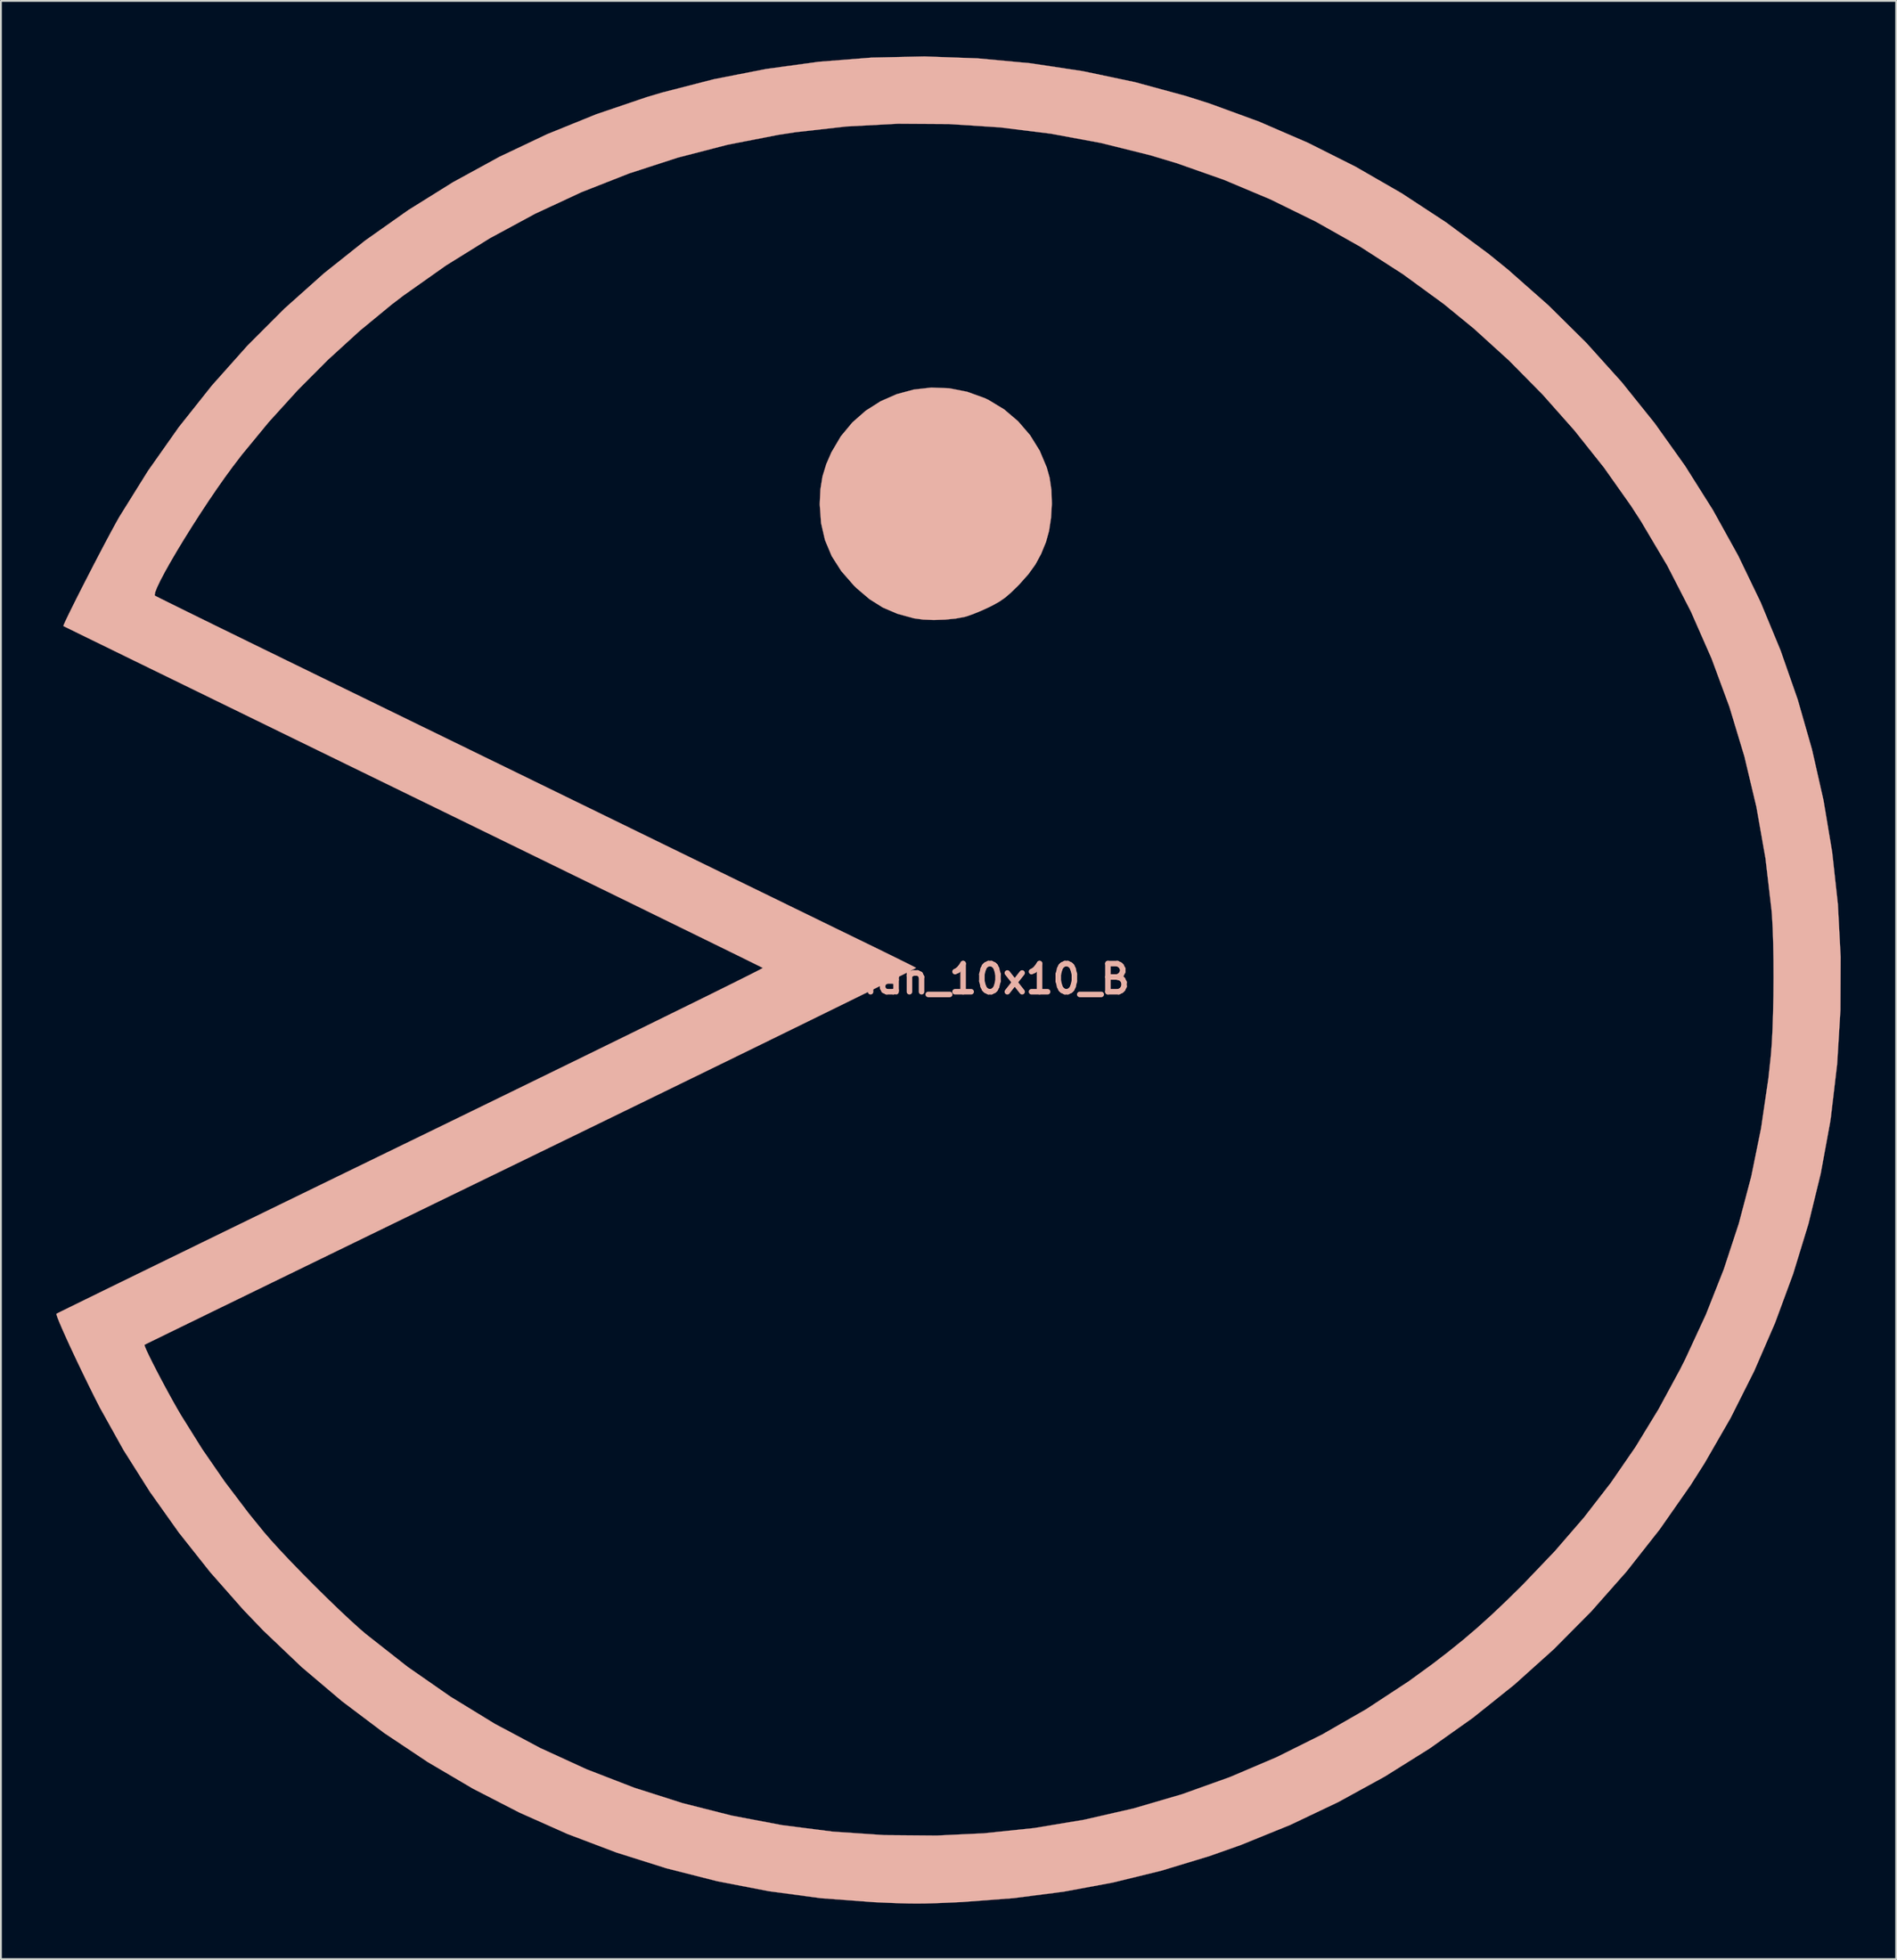
<source format=kicad_pcb>
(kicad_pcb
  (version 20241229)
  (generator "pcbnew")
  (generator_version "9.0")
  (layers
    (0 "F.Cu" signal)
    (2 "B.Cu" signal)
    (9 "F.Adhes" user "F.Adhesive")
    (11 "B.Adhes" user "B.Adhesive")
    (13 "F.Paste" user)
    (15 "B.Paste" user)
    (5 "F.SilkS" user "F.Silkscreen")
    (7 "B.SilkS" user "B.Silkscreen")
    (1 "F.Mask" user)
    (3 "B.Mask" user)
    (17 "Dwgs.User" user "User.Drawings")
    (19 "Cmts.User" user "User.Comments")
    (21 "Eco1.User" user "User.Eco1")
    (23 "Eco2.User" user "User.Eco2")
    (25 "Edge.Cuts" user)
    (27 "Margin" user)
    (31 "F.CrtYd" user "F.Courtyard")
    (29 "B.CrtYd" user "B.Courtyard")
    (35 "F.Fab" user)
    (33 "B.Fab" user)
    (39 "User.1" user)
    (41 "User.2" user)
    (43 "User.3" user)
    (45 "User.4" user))
  (footprint "pacman_10x10_B"
    (layer "F.Cu")
    (at 48.203 49.917)
    (property "Reference" "pacman_10x10_B" (at 0 0 0) (layer "B.SilkS") (effects (font (size 1.524 1.524) (thickness 0.3))))
    (attr through_hole)
    (fp_poly (pts (xy 0.12 -31.961) (xy 1.088 -31.772) (xy 2.04 -31.428) (xy 2.244 -31.331) (xy 3.091 -30.819) (xy 3.846 -30.177) (xy 4.494 -29.425) (xy 5.017 -28.583) (xy 5.4 -27.671) (xy 5.553 -27.116) (xy 5.65 -26.455) (xy 5.675 -25.717) (xy 5.631 -24.96) (xy 5.522 -24.244) (xy 5.359 -23.65) (xy 5.093 -22.999) (xy 4.789 -22.436) (xy 4.412 -21.91) (xy 3.928 -21.366) (xy 3.81 -21.245) (xy 3.447 -20.892) (xy 3.139 -20.629) (xy 2.832 -20.417) (xy 2.472 -20.216) (xy 2.286 -20.123) (xy 1.885 -19.938) (xy 1.475 -19.768) (xy 1.119 -19.639) (xy 0.974 -19.595) (xy 0.48 -19.501) (xy -0.104 -19.443) (xy -0.716 -19.424) (xy -1.292 -19.446) (xy -1.77 -19.51) (xy -1.778 -19.511) (xy -2.681 -19.758) (xy -3.472 -20.096) (xy -4.193 -20.549) (xy -4.888 -21.139) (xy -5.04 -21.288) (xy -5.721 -22.067) (xy -6.24 -22.88) (xy -6.603 -23.743) (xy -6.817 -24.67) (xy -6.888 -25.677) (xy -6.888 -25.696) (xy -6.853 -26.488) (xy -6.74 -27.187) (xy -6.535 -27.858) (xy -6.256 -28.497) (xy -5.746 -29.362) (xy -5.12 -30.115) (xy -4.397 -30.749) (xy -3.591 -31.26) (xy -2.72 -31.642) (xy -1.8 -31.89) (xy -0.848 -31.998) (xy 0.12 -31.961)) (stroke (width 0.01) (type solid)) (fill yes) (layer "B.SilkS"))
    (fp_poly (pts (xy 1.652 -49.81) (xy 4.509 -49.545) (xy 7.348 -49.117) (xy 10.161 -48.525) (xy 12.938 -47.77) (xy 14.194 -47.371) (xy 16.895 -46.384) (xy 19.536 -45.241) (xy 22.109 -43.949) (xy 24.602 -42.513) (xy 27.005 -40.939) (xy 29.308 -39.232) (xy 30.353 -38.386) (xy 32.537 -36.458) (xy 34.591 -34.427) (xy 36.511 -32.296) (xy 38.296 -30.074) (xy 39.943 -27.764) (xy 41.45 -25.374) (xy 42.816 -22.909) (xy 44.037 -20.375) (xy 45.112 -17.778) (xy 46.039 -15.123) (xy 46.814 -12.417) (xy 47.437 -9.665) (xy 47.904 -6.874) (xy 48.214 -4.048) (xy 48.364 -1.195) (xy 48.352 1.681) (xy 48.177 4.574) (xy 47.835 7.477) (xy 47.788 7.789) (xy 47.284 10.533) (xy 46.617 13.262) (xy 45.79 15.961) (xy 44.81 18.617) (xy 43.682 21.217) (xy 42.41 23.746) (xy 41 26.193) (xy 40.239 27.39) (xy 38.567 29.782) (xy 36.772 32.061) (xy 34.859 34.224) (xy 32.832 36.266) (xy 30.696 38.184) (xy 28.457 39.973) (xy 26.12 41.63) (xy 23.689 43.151) (xy 21.171 44.532) (xy 18.569 45.769) (xy 15.889 46.857) (xy 14.194 47.455) (xy 11.59 48.245) (xy 8.972 48.885) (xy 6.321 49.377) (xy 3.612 49.727) (xy 0.825 49.938) (xy 0.55 49.951) (xy -0.131 49.981) (xy -0.695 50.003) (xy -1.182 50.016) (xy -1.633 50.02) (xy -2.087 50.016) (xy -2.585 50.003) (xy -3.167 49.981) (xy -3.872 49.95) (xy -3.973 49.945) (xy -6.821 49.731) (xy -9.644 49.352) (xy -12.436 48.812) (xy -15.188 48.113) (xy -17.894 47.259) (xy -20.546 46.254) (xy -23.138 45.1) (xy -25.661 43.802) (xy -28.108 42.362) (xy -30.473 40.784) (xy -32.747 39.071) (xy -34.925 37.227) (xy -36.997 35.256) (xy -38.078 34.13) (xy -39.881 32.086) (xy -41.572 29.951) (xy -43.139 27.746) (xy -44.566 25.488) (xy -45.842 23.199) (xy -46.119 22.656) (xy -46.448 21.994) (xy -46.771 21.331) (xy -47.081 20.685) (xy -47.369 20.073) (xy -47.5 19.789) (xy -43.432 19.789) (xy -43.414 19.877) (xy -43.324 20.09) (xy -43.175 20.406) (xy -42.977 20.804) (xy -42.743 21.26) (xy -42.484 21.753) (xy -42.211 22.26) (xy -41.937 22.76) (xy -41.672 23.23) (xy -41.442 23.622) (xy -40.303 25.443) (xy -39.095 27.192) (xy -37.784 28.921) (xy -36.967 29.926) (xy -36.578 30.376) (xy -36.086 30.915) (xy -35.517 31.518) (xy -34.893 32.16) (xy -34.24 32.819) (xy -33.582 33.469) (xy -32.942 34.086) (xy -32.346 34.646) (xy -31.817 35.126) (xy -31.45 35.441) (xy -29.194 37.213) (xy -26.867 38.831) (xy -24.474 40.296) (xy -22.018 41.605) (xy -19.502 42.758) (xy -16.931 43.753) (xy -14.309 44.589) (xy -11.639 45.265) (xy -8.926 45.779) (xy -6.172 46.131) (xy -3.383 46.319) (xy -0.561 46.342) (xy 1.99 46.221) (xy 4.713 45.937) (xy 7.416 45.487) (xy 10.089 44.876) (xy 12.723 44.105) (xy 15.309 43.179) (xy 17.838 42.102) (xy 20.302 40.875) (xy 22.691 39.504) (xy 24.996 37.991) (xy 26.286 37.053) (xy 27.139 36.396) (xy 27.93 35.758) (xy 28.691 35.109) (xy 29.456 34.419) (xy 30.259 33.659) (xy 31.135 32.797) (xy 31.163 32.769) (xy 32.893 30.959) (xy 34.474 29.132) (xy 35.924 27.26) (xy 37.262 25.318) (xy 38.507 23.278) (xy 39.679 21.115) (xy 39.954 20.569) (xy 41.072 18.156) (xy 42.037 15.715) (xy 42.853 13.232) (xy 43.525 10.691) (xy 44.057 8.078) (xy 44.454 5.377) (xy 44.587 4.149) (xy 44.638 3.499) (xy 44.678 2.717) (xy 44.707 1.84) (xy 44.726 0.902) (xy 44.733 -0.06) (xy 44.729 -1.011) (xy 44.714 -1.915) (xy 44.687 -2.736) (xy 44.648 -3.438) (xy 44.629 -3.683) (xy 44.297 -6.524) (xy 43.805 -9.312) (xy 43.154 -12.045) (xy 42.346 -14.719) (xy 41.381 -17.332) (xy 40.26 -19.88) (xy 38.984 -22.362) (xy 37.554 -24.774) (xy 37.012 -25.61) (xy 35.555 -27.67) (xy 33.954 -29.682) (xy 32.233 -31.622) (xy 30.413 -33.465) (xy 28.518 -35.186) (xy 26.88 -36.525) (xy 24.665 -38.14) (xy 22.354 -39.626) (xy 19.96 -40.976) (xy 17.498 -42.183) (xy 14.981 -43.241) (xy 12.424 -44.141) (xy 10.997 -44.569) (xy 8.33 -45.232) (xy 5.619 -45.734) (xy 2.876 -46.075) (xy 0.111 -46.255) (xy -2.662 -46.272) (xy -5.433 -46.126) (xy -8.19 -45.816) (xy -9.144 -45.669) (xy -11.883 -45.135) (xy -14.571 -44.439) (xy -17.204 -43.584) (xy -19.779 -42.572) (xy -22.292 -41.403) (xy -24.739 -40.08) (xy -27.116 -38.604) (xy -29.42 -36.977) (xy -30.057 -36.491) (xy -31.779 -35.074) (xy -33.483 -33.521) (xy -35.136 -31.863) (xy -36.707 -30.134) (xy -38.164 -28.365) (xy -38.651 -27.728) (xy -39.075 -27.15) (xy -39.516 -26.523) (xy -39.965 -25.863) (xy -40.413 -25.184) (xy -40.851 -24.501) (xy -41.27 -23.831) (xy -41.66 -23.189) (xy -42.012 -22.589) (xy -42.317 -22.047) (xy -42.565 -21.578) (xy -42.748 -21.198) (xy -42.856 -20.921) (xy -42.881 -20.764) (xy -42.869 -20.741) (xy -42.785 -20.696) (xy -42.559 -20.582) (xy -42.199 -20.403) (xy -41.717 -20.165) (xy -41.122 -19.871) (xy -40.423 -19.527) (xy -39.63 -19.138) (xy -38.753 -18.709) (xy -37.802 -18.243) (xy -36.786 -17.747) (xy -35.716 -17.224) (xy -34.6 -16.68) (xy -34.29 -16.528) (xy -32.973 -15.886) (xy -31.53 -15.183) (xy -29.986 -14.43) (xy -28.367 -13.64) (xy -26.699 -12.827) (xy -25.008 -12.002) (xy -23.318 -11.178) (xy -21.656 -10.367) (xy -20.048 -9.582) (xy -18.519 -8.836) (xy -17.095 -8.141) (xy -16.722 -7.959) (xy -15.491 -7.358) (xy -14.257 -6.756) (xy -13.034 -6.159) (xy -11.835 -5.574) (xy -10.674 -5.008) (xy -9.565 -4.468) (xy -8.523 -3.959) (xy -7.56 -3.49) (xy -6.691 -3.066) (xy -5.93 -2.695) (xy -5.29 -2.384) (xy -4.786 -2.138) (xy -4.699 -2.096) (xy -4.041 -1.776) (xy -3.431 -1.477) (xy -2.885 -1.209) (xy -2.421 -0.98) (xy -2.055 -0.798) (xy -1.804 -0.671) (xy -1.685 -0.607) (xy -1.678 -0.603) (xy -1.748 -0.562) (xy -1.964 -0.45) (xy -2.321 -0.27) (xy -2.811 -0.025) (xy -3.43 0.281) (xy -4.169 0.647) (xy -5.025 1.068) (xy -5.99 1.542) (xy -7.058 2.066) (xy -8.223 2.637) (xy -9.479 3.252) (xy -10.82 3.908) (xy -12.24 4.602) (xy -13.732 5.33) (xy -15.291 6.09) (xy -16.91 6.879) (xy -18.583 7.694) (xy -20.304 8.532) (xy -22.067 9.389) (xy -22.506 9.603) (xy -24.279 10.465) (xy -26.013 11.308) (xy -27.701 12.128) (xy -29.337 12.924) (xy -30.914 13.691) (xy -32.427 14.427) (xy -33.87 15.129) (xy -35.236 15.794) (xy -36.519 16.418) (xy -37.712 16.999) (xy -38.811 17.534) (xy -39.808 18.019) (xy -40.697 18.453) (xy -41.473 18.831) (xy -42.128 19.15) (xy -42.657 19.409) (xy -43.055 19.603) (xy -43.313 19.73) (xy -43.427 19.786) (xy -43.432 19.789) (xy -47.5 19.789) (xy -47.627 19.513) (xy -47.847 19.023) (xy -48.021 18.621) (xy -48.14 18.324) (xy -48.197 18.151) (xy -48.198 18.113) (xy -48.117 18.071) (xy -47.891 17.958) (xy -47.525 17.778) (xy -47.025 17.533) (xy -46.4 17.227) (xy -45.655 16.862) (xy -44.796 16.442) (xy -43.829 15.97) (xy -42.763 15.45) (xy -41.602 14.884) (xy -40.354 14.275) (xy -39.024 13.627) (xy -37.62 12.943) (xy -36.147 12.226) (xy -34.613 11.479) (xy -33.023 10.705) (xy -31.384 9.908) (xy -29.703 9.09) (xy -29.018 8.757) (xy -27.323 7.933) (xy -25.669 7.127) (xy -24.063 6.344) (xy -22.509 5.586) (xy -21.016 4.857) (xy -19.589 4.16) (xy -18.235 3.497) (xy -16.96 2.873) (xy -15.771 2.289) (xy -14.674 1.75) (xy -13.675 1.259) (xy -12.781 0.818) (xy -11.999 0.43) (xy -11.334 0.1) (xy -10.793 -0.171) (xy -10.382 -0.378) (xy -10.109 -0.519) (xy -9.978 -0.59) (xy -9.968 -0.599) (xy -10.049 -0.641) (xy -10.275 -0.753) (xy -10.641 -0.934) (xy -11.14 -1.18) (xy -11.765 -1.487) (xy -12.509 -1.852) (xy -13.367 -2.272) (xy -14.331 -2.744) (xy -15.396 -3.265) (xy -16.554 -3.832) (xy -17.8 -4.441) (xy -19.126 -5.089) (xy -20.527 -5.773) (xy -21.995 -6.49) (xy -23.525 -7.237) (xy -25.109 -8.01) (xy -26.741 -8.807) (xy -28.416 -9.624) (xy -28.914 -9.866) (xy -30.598 -10.688) (xy -32.243 -11.49) (xy -33.841 -12.27) (xy -35.386 -13.023) (xy -36.871 -13.748) (xy -38.29 -14.441) (xy -39.637 -15.098) (xy -40.905 -15.717) (xy -42.087 -16.294) (xy -43.178 -16.826) (xy -44.17 -17.31) (xy -45.057 -17.744) (xy -45.833 -18.123) (xy -46.491 -18.444) (xy -47.024 -18.705) (xy -47.427 -18.902) (xy -47.692 -19.032) (xy -47.814 -19.092) (xy -47.821 -19.096) (xy -47.796 -19.178) (xy -47.701 -19.39) (xy -47.546 -19.713) (xy -47.342 -20.128) (xy -47.099 -20.615) (xy -46.825 -21.156) (xy -46.531 -21.73) (xy -46.228 -22.319) (xy -45.924 -22.903) (xy -45.63 -23.464) (xy -45.355 -23.981) (xy -45.11 -24.435) (xy -44.905 -24.808) (xy -44.784 -25.019) (xy -43.243 -27.491) (xy -41.574 -29.858) (xy -39.781 -32.114) (xy -37.87 -34.257) (xy -35.846 -36.281) (xy -33.715 -38.183) (xy -31.483 -39.958) (xy -29.153 -41.602) (xy -26.733 -43.111) (xy -24.227 -44.481) (xy -21.64 -45.708) (xy -18.978 -46.787) (xy -16.247 -47.714) (xy -15.415 -47.961) (xy -12.621 -48.68) (xy -9.795 -49.234) (xy -6.946 -49.624) (xy -4.084 -49.85) (xy -1.215 -49.912) (xy 1.652 -49.81)) (stroke (width 0.01) (type solid)) (fill yes) (layer "B.SilkS")))
  (gr_rect
    (start -3 -3)
    (end 99.572 102.942)
    (stroke (width 0.1) (type default))
    (fill no)
    (layer "Edge.Cuts")))
</source>
